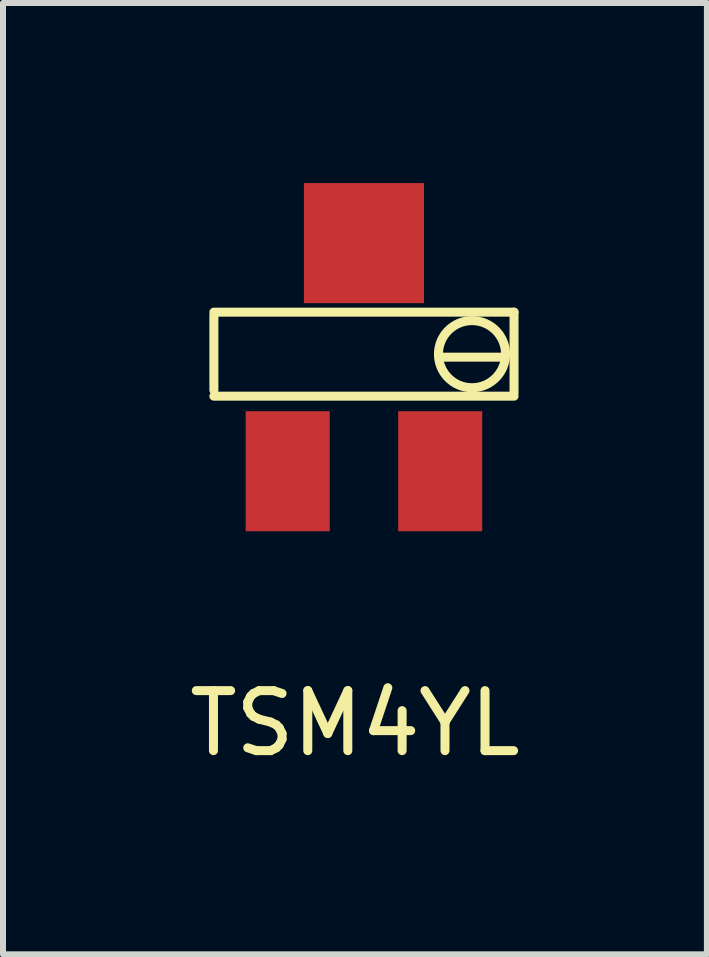
<source format=kicad_pcb>
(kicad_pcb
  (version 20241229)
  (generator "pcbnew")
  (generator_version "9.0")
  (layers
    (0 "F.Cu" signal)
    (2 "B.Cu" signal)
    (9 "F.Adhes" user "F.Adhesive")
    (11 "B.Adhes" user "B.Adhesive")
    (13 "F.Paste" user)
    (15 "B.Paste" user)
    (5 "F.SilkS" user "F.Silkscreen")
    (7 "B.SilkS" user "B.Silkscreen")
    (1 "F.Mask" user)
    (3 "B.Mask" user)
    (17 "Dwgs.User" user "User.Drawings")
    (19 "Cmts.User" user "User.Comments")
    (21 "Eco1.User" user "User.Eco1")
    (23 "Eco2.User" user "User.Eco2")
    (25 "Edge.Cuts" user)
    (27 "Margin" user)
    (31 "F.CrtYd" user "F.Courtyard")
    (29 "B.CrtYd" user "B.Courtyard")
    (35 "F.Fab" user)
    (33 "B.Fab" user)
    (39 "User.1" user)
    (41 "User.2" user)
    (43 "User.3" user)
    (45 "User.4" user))
  (footprint "TSM4YL"
    (layer "F.Cu")
    (at 3.013 2.9)
    (property "Reference" "TSM4YL" (at -0.15 6.1 0) (layer "F.SilkS") (effects (font (size 1 1) (thickness 0.15))))
    (attr through_hole)
    (fp_line (start -2.5 -0.7) (end -2.5 0.55) (stroke (width 0.15) (type solid)) (layer "F.SilkS"))
    (fp_line (start -2.5 0.65) (end 2.5 0.65) (stroke (width 0.15) (type solid)) (layer "F.SilkS"))
    (fp_line (start 1.3 0) (end 2.3 0) (stroke (width 0.15) (type solid)) (layer "F.SilkS"))
    (fp_line (start 2.5 -0.75) (end -2.5 -0.75) (stroke (width 0.15) (type solid)) (layer "F.SilkS"))
    (fp_line (start 2.5 0.6) (end 2.5 -0.75) (stroke (width 0.15) (type solid)) (layer "F.SilkS"))
    (fp_circle (center 1.8 -0.05) (end 1.55 0.45) (stroke (width 0.15) (type solid)) (fill no) (layer "F.SilkS"))
    (pad "1" smd rect (at -1.27 1.9) (size 1.4 2) (layers "F.Cu" "F.Mask" "F.Paste"))
    (pad "2" smd rect (at 0 -1.9) (size 2 2) (layers "F.Cu" "F.Mask" "F.Paste"))
    (pad "3" smd rect (at 1.27 1.9) (size 1.4 2) (layers "F.Cu" "F.Mask" "F.Paste")))
  (gr_rect
    (start -3 -3)
    (end 8.726 12.848)
    (stroke (width 0.1) (type default))
    (fill no)
    (layer "Edge.Cuts")))
</source>
